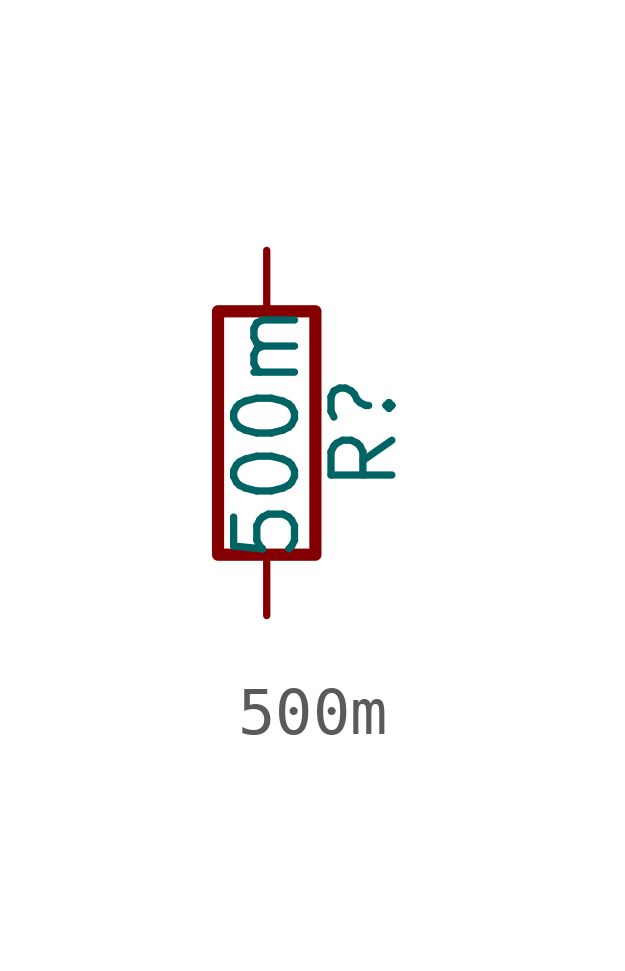
<source format=kicad_sym>
(kicad_symbol_lib
  (version 20220914)
  (generator kicad_db_lib)
  (symbol "500m"
    (pin_numbers hide)
    (pin_names
      (offset 0))
    (property "Reference" "R"
      (at 2.032 0 90)
      (effects (font (size 1.27 1.27))))
    (property "Value" "500m"
      (at 0 0 90)
      (effects (font (size 1.27 1.27))))
    (symbol "500m_0_1"
      (rectangle (start -1.016 -2.54) (end 1.016 2.54) (stroke (width 0.254) (type default)) (fill (type none))))
    (symbol "500m_1_1"
      (pin passive line (at 0 3.81 270) (length 1.27) (name "~" (effects (font (size 1.27 1.27)))) (number "1" (effects (font (size 1.27 1.27)))))
      (pin passive line (at 0 -3.81 90) (length 1.27) (name "~" (effects (font (size 1.27 1.27)))) (number "2" (effects (font (size 1.27 1.27))))))))
</source>
